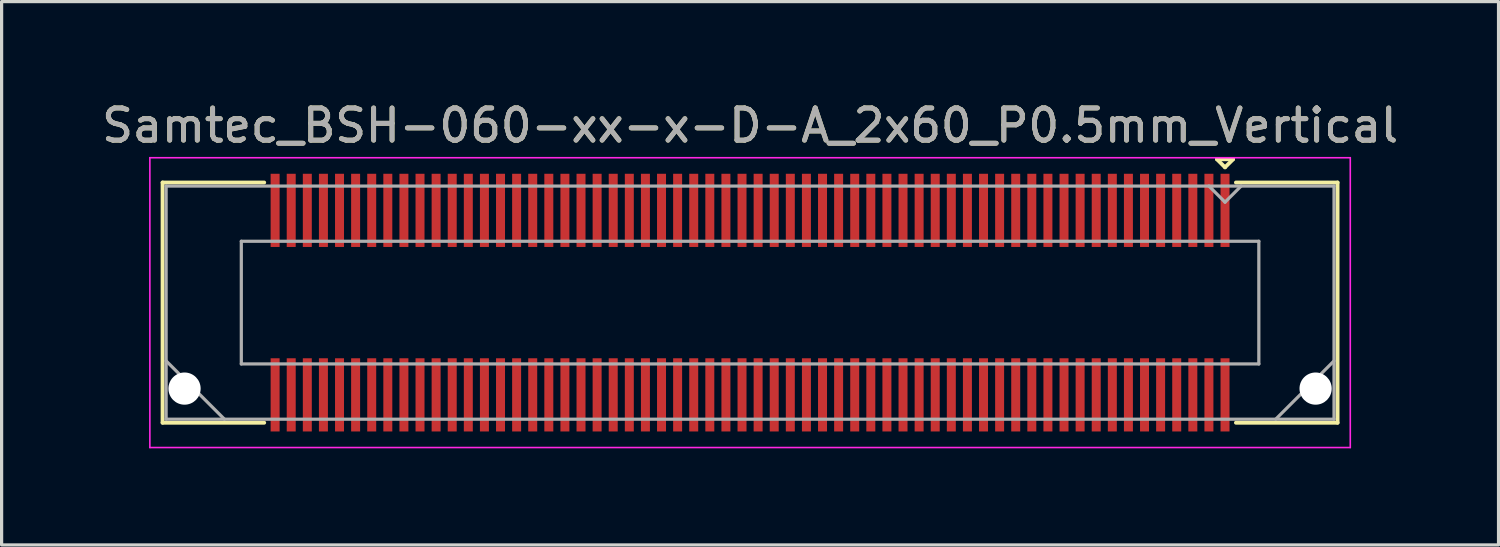
<source format=kicad_pcb>
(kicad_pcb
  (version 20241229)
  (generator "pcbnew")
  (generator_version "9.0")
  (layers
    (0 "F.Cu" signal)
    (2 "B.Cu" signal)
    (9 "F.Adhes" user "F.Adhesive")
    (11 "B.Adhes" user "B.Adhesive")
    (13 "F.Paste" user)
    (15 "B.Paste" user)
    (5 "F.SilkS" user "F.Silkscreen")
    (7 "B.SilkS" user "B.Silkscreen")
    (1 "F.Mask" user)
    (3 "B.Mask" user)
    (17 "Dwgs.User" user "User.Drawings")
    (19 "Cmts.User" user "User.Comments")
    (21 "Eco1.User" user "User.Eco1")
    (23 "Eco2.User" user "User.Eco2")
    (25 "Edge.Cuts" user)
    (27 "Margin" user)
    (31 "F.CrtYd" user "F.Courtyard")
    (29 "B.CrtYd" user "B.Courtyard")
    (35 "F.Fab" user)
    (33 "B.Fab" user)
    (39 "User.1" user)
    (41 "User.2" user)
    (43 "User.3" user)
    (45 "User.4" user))
  (footprint "Samtec_BSH-060-xx-x-D-A_2x60_P0.5mm_Vertical"
    (layer "F.Cu")
    (at 20.244 6.348)
    (property "Reference" "Samtec_BSH-060-xx-x-D-A_2x60_P0.5mm_Vertical" (at 0 -5.5 0) (layer "F.SilkS") (effects (font (size 1 1) (thickness 0.15))))
    (attr smd)
    (fp_line (start -18.245 -3.73) (end -15.089 -3.73) (stroke (width 0.12) (type solid)) (layer "F.SilkS"))
    (fp_line (start -18.245 3.73) (end -18.245 -3.73) (stroke (width 0.12) (type solid)) (layer "F.SilkS"))
    (fp_line (start -15.089 3.73) (end -18.245 3.73) (stroke (width 0.12) (type solid)) (layer "F.SilkS"))
    (fp_line (start 14.5 -4.452) (end 15 -4.452) (stroke (width 0.12) (type solid)) (layer "F.SilkS"))
    (fp_line (start 14.75 -4.202) (end 14.5 -4.452) (stroke (width 0.12) (type solid)) (layer "F.SilkS"))
    (fp_line (start 15 -4.452) (end 14.75 -4.202) (stroke (width 0.12) (type solid)) (layer "F.SilkS"))
    (fp_line (start 15.089 3.73) (end 18.245 3.73) (stroke (width 0.12) (type solid)) (layer "F.SilkS"))
    (fp_line (start 18.245 -3.73) (end 15.089 -3.73) (stroke (width 0.12) (type solid)) (layer "F.SilkS"))
    (fp_line (start 18.245 3.73) (end 18.245 -3.73) (stroke (width 0.12) (type solid)) (layer "F.SilkS"))
    (fp_line (start -18.64 -4.5) (end -18.64 4.5) (stroke (width 0.05) (type solid)) (layer "F.CrtYd"))
    (fp_line (start -18.64 4.5) (end 18.64 4.5) (stroke (width 0.05) (type solid)) (layer "F.CrtYd"))
    (fp_line (start 18.64 -4.5) (end -18.64 -4.5) (stroke (width 0.05) (type solid)) (layer "F.CrtYd"))
    (fp_line (start 18.64 4.5) (end 18.64 -4.5) (stroke (width 0.05) (type solid)) (layer "F.CrtYd"))
    (fp_line (start -18.135 -3.62) (end -18.135 3.62) (stroke (width 0.1) (type solid)) (layer "F.Fab"))
    (fp_line (start -18.135 1.81) (end -16.325 3.62) (stroke (width 0.1) (type solid)) (layer "F.Fab"))
    (fp_line (start -18.135 3.62) (end 18.135 3.62) (stroke (width 0.1) (type solid)) (layer "F.Fab"))
    (fp_line (start -15.8 -1.905) (end -15.8 1.905) (stroke (width 0.1) (type solid)) (layer "F.Fab"))
    (fp_line (start -15.8 1.905) (end 15.8 1.905) (stroke (width 0.1) (type solid)) (layer "F.Fab"))
    (fp_line (start 14.75 -3.12) (end 14.25 -3.62) (stroke (width 0.1) (type solid)) (layer "F.Fab"))
    (fp_line (start 15.25 -3.62) (end 14.75 -3.12) (stroke (width 0.1) (type solid)) (layer "F.Fab"))
    (fp_line (start 15.8 -1.905) (end -15.8 -1.905) (stroke (width 0.1) (type solid)) (layer "F.Fab"))
    (fp_line (start 15.8 1.905) (end 15.8 -1.905) (stroke (width 0.1) (type solid)) (layer "F.Fab"))
    (fp_line (start 18.135 -3.62) (end -18.135 -3.62) (stroke (width 0.1) (type solid)) (layer "F.Fab"))
    (fp_line (start 18.135 1.81) (end 16.325 3.62) (stroke (width 0.1) (type solid)) (layer "F.Fab"))
    (fp_line (start 18.135 3.62) (end 18.135 -3.62) (stroke (width 0.1) (type solid)) (layer "F.Fab"))
    (fp_text user "${REFERENCE}" (at 0 -5.5 0) (layer "F.Fab") (effects (font (size 1 1) (thickness 0.15))))
    (pad "" np_thru_hole circle (at -17.563 2.67) (size 1 1) (drill 1) (layers "*.Cu" "*.Mask"))
    (pad "" np_thru_hole circle (at 17.563 2.67) (size 1 1) (drill 1) (layers "*.Cu" "*.Mask"))
    (pad "1" smd rect (at 14.75 -2.865) (size 0.279 2.273) (layers "F.Cu" "F.Mask" "F.Paste"))
    (pad "2" smd rect (at 14.75 2.865) (size 0.279 2.273) (layers "F.Cu" "F.Mask" "F.Paste"))
    (pad "3" smd rect (at 14.25 -2.865) (size 0.279 2.273) (layers "F.Cu" "F.Mask" "F.Paste"))
    (pad "4" smd rect (at 14.25 2.865) (size 0.279 2.273) (layers "F.Cu" "F.Mask" "F.Paste"))
    (pad "5" smd rect (at 13.75 -2.865) (size 0.279 2.273) (layers "F.Cu" "F.Mask" "F.Paste"))
    (pad "6" smd rect (at 13.75 2.865) (size 0.279 2.273) (layers "F.Cu" "F.Mask" "F.Paste"))
    (pad "7" smd rect (at 13.25 -2.865) (size 0.279 2.273) (layers "F.Cu" "F.Mask" "F.Paste"))
    (pad "8" smd rect (at 13.25 2.865) (size 0.279 2.273) (layers "F.Cu" "F.Mask" "F.Paste"))
    (pad "9" smd rect (at 12.75 -2.865) (size 0.279 2.273) (layers "F.Cu" "F.Mask" "F.Paste"))
    (pad "10" smd rect (at 12.75 2.865) (size 0.279 2.273) (layers "F.Cu" "F.Mask" "F.Paste"))
    (pad "11" smd rect (at 12.25 -2.865) (size 0.279 2.273) (layers "F.Cu" "F.Mask" "F.Paste"))
    (pad "12" smd rect (at 12.25 2.865) (size 0.279 2.273) (layers "F.Cu" "F.Mask" "F.Paste"))
    (pad "13" smd rect (at 11.75 -2.865) (size 0.279 2.273) (layers "F.Cu" "F.Mask" "F.Paste"))
    (pad "14" smd rect (at 11.75 2.865) (size 0.279 2.273) (layers "F.Cu" "F.Mask" "F.Paste"))
    (pad "15" smd rect (at 11.25 -2.865) (size 0.279 2.273) (layers "F.Cu" "F.Mask" "F.Paste"))
    (pad "16" smd rect (at 11.25 2.865) (size 0.279 2.273) (layers "F.Cu" "F.Mask" "F.Paste"))
    (pad "17" smd rect (at 10.75 -2.865) (size 0.279 2.273) (layers "F.Cu" "F.Mask" "F.Paste"))
    (pad "18" smd rect (at 10.75 2.865) (size 0.279 2.273) (layers "F.Cu" "F.Mask" "F.Paste"))
    (pad "19" smd rect (at 10.25 -2.865) (size 0.279 2.273) (layers "F.Cu" "F.Mask" "F.Paste"))
    (pad "20" smd rect (at 10.25 2.865) (size 0.279 2.273) (layers "F.Cu" "F.Mask" "F.Paste"))
    (pad "21" smd rect (at 9.75 -2.865) (size 0.279 2.273) (layers "F.Cu" "F.Mask" "F.Paste"))
    (pad "22" smd rect (at 9.75 2.865) (size 0.279 2.273) (layers "F.Cu" "F.Mask" "F.Paste"))
    (pad "23" smd rect (at 9.25 -2.865) (size 0.279 2.273) (layers "F.Cu" "F.Mask" "F.Paste"))
    (pad "24" smd rect (at 9.25 2.865) (size 0.279 2.273) (layers "F.Cu" "F.Mask" "F.Paste"))
    (pad "25" smd rect (at 8.75 -2.865) (size 0.279 2.273) (layers "F.Cu" "F.Mask" "F.Paste"))
    (pad "26" smd rect (at 8.75 2.865) (size 0.279 2.273) (layers "F.Cu" "F.Mask" "F.Paste"))
    (pad "27" smd rect (at 8.25 -2.865) (size 0.279 2.273) (layers "F.Cu" "F.Mask" "F.Paste"))
    (pad "28" smd rect (at 8.25 2.865) (size 0.279 2.273) (layers "F.Cu" "F.Mask" "F.Paste"))
    (pad "29" smd rect (at 7.75 -2.865) (size 0.279 2.273) (layers "F.Cu" "F.Mask" "F.Paste"))
    (pad "30" smd rect (at 7.75 2.865) (size 0.279 2.273) (layers "F.Cu" "F.Mask" "F.Paste"))
    (pad "31" smd rect (at 7.25 -2.865) (size 0.279 2.273) (layers "F.Cu" "F.Mask" "F.Paste"))
    (pad "32" smd rect (at 7.25 2.865) (size 0.279 2.273) (layers "F.Cu" "F.Mask" "F.Paste"))
    (pad "33" smd rect (at 6.75 -2.865) (size 0.279 2.273) (layers "F.Cu" "F.Mask" "F.Paste"))
    (pad "34" smd rect (at 6.75 2.865) (size 0.279 2.273) (layers "F.Cu" "F.Mask" "F.Paste"))
    (pad "35" smd rect (at 6.25 -2.865) (size 0.279 2.273) (layers "F.Cu" "F.Mask" "F.Paste"))
    (pad "36" smd rect (at 6.25 2.865) (size 0.279 2.273) (layers "F.Cu" "F.Mask" "F.Paste"))
    (pad "37" smd rect (at 5.75 -2.865) (size 0.279 2.273) (layers "F.Cu" "F.Mask" "F.Paste"))
    (pad "38" smd rect (at 5.75 2.865) (size 0.279 2.273) (layers "F.Cu" "F.Mask" "F.Paste"))
    (pad "39" smd rect (at 5.25 -2.865) (size 0.279 2.273) (layers "F.Cu" "F.Mask" "F.Paste"))
    (pad "40" smd rect (at 5.25 2.865) (size 0.279 2.273) (layers "F.Cu" "F.Mask" "F.Paste"))
    (pad "41" smd rect (at 4.75 -2.865) (size 0.279 2.273) (layers "F.Cu" "F.Mask" "F.Paste"))
    (pad "42" smd rect (at 4.75 2.865) (size 0.279 2.273) (layers "F.Cu" "F.Mask" "F.Paste"))
    (pad "43" smd rect (at 4.25 -2.865) (size 0.279 2.273) (layers "F.Cu" "F.Mask" "F.Paste"))
    (pad "44" smd rect (at 4.25 2.865) (size 0.279 2.273) (layers "F.Cu" "F.Mask" "F.Paste"))
    (pad "45" smd rect (at 3.75 -2.865) (size 0.279 2.273) (layers "F.Cu" "F.Mask" "F.Paste"))
    (pad "46" smd rect (at 3.75 2.865) (size 0.279 2.273) (layers "F.Cu" "F.Mask" "F.Paste"))
    (pad "47" smd rect (at 3.25 -2.865) (size 0.279 2.273) (layers "F.Cu" "F.Mask" "F.Paste"))
    (pad "48" smd rect (at 3.25 2.865) (size 0.279 2.273) (layers "F.Cu" "F.Mask" "F.Paste"))
    (pad "49" smd rect (at 2.75 -2.865) (size 0.279 2.273) (layers "F.Cu" "F.Mask" "F.Paste"))
    (pad "50" smd rect (at 2.75 2.865) (size 0.279 2.273) (layers "F.Cu" "F.Mask" "F.Paste"))
    (pad "51" smd rect (at 2.25 -2.865) (size 0.279 2.273) (layers "F.Cu" "F.Mask" "F.Paste"))
    (pad "52" smd rect (at 2.25 2.865) (size 0.279 2.273) (layers "F.Cu" "F.Mask" "F.Paste"))
    (pad "53" smd rect (at 1.75 -2.865) (size 0.279 2.273) (layers "F.Cu" "F.Mask" "F.Paste"))
    (pad "54" smd rect (at 1.75 2.865) (size 0.279 2.273) (layers "F.Cu" "F.Mask" "F.Paste"))
    (pad "55" smd rect (at 1.25 -2.865) (size 0.279 2.273) (layers "F.Cu" "F.Mask" "F.Paste"))
    (pad "56" smd rect (at 1.25 2.865) (size 0.279 2.273) (layers "F.Cu" "F.Mask" "F.Paste"))
    (pad "57" smd rect (at 0.75 -2.865) (size 0.279 2.273) (layers "F.Cu" "F.Mask" "F.Paste"))
    (pad "58" smd rect (at 0.75 2.865) (size 0.279 2.273) (layers "F.Cu" "F.Mask" "F.Paste"))
    (pad "59" smd rect (at 0.25 -2.865) (size 0.279 2.273) (layers "F.Cu" "F.Mask" "F.Paste"))
    (pad "60" smd rect (at 0.25 2.865) (size 0.279 2.273) (layers "F.Cu" "F.Mask" "F.Paste"))
    (pad "61" smd rect (at -0.25 -2.865) (size 0.279 2.273) (layers "F.Cu" "F.Mask" "F.Paste"))
    (pad "62" smd rect (at -0.25 2.865) (size 0.279 2.273) (layers "F.Cu" "F.Mask" "F.Paste"))
    (pad "63" smd rect (at -0.75 -2.865) (size 0.279 2.273) (layers "F.Cu" "F.Mask" "F.Paste"))
    (pad "64" smd rect (at -0.75 2.865) (size 0.279 2.273) (layers "F.Cu" "F.Mask" "F.Paste"))
    (pad "65" smd rect (at -1.25 -2.865) (size 0.279 2.273) (layers "F.Cu" "F.Mask" "F.Paste"))
    (pad "66" smd rect (at -1.25 2.865) (size 0.279 2.273) (layers "F.Cu" "F.Mask" "F.Paste"))
    (pad "67" smd rect (at -1.75 -2.865) (size 0.279 2.273) (layers "F.Cu" "F.Mask" "F.Paste"))
    (pad "68" smd rect (at -1.75 2.865) (size 0.279 2.273) (layers "F.Cu" "F.Mask" "F.Paste"))
    (pad "69" smd rect (at -2.25 -2.865) (size 0.279 2.273) (layers "F.Cu" "F.Mask" "F.Paste"))
    (pad "70" smd rect (at -2.25 2.865) (size 0.279 2.273) (layers "F.Cu" "F.Mask" "F.Paste"))
    (pad "71" smd rect (at -2.75 -2.865) (size 0.279 2.273) (layers "F.Cu" "F.Mask" "F.Paste"))
    (pad "72" smd rect (at -2.75 2.865) (size 0.279 2.273) (layers "F.Cu" "F.Mask" "F.Paste"))
    (pad "73" smd rect (at -3.25 -2.865) (size 0.279 2.273) (layers "F.Cu" "F.Mask" "F.Paste"))
    (pad "74" smd rect (at -3.25 2.865) (size 0.279 2.273) (layers "F.Cu" "F.Mask" "F.Paste"))
    (pad "75" smd rect (at -3.75 -2.865) (size 0.279 2.273) (layers "F.Cu" "F.Mask" "F.Paste"))
    (pad "76" smd rect (at -3.75 2.865) (size 0.279 2.273) (layers "F.Cu" "F.Mask" "F.Paste"))
    (pad "77" smd rect (at -4.25 -2.865) (size 0.279 2.273) (layers "F.Cu" "F.Mask" "F.Paste"))
    (pad "78" smd rect (at -4.25 2.865) (size 0.279 2.273) (layers "F.Cu" "F.Mask" "F.Paste"))
    (pad "79" smd rect (at -4.75 -2.865) (size 0.279 2.273) (layers "F.Cu" "F.Mask" "F.Paste"))
    (pad "80" smd rect (at -4.75 2.865) (size 0.279 2.273) (layers "F.Cu" "F.Mask" "F.Paste"))
    (pad "81" smd rect (at -5.25 -2.865) (size 0.279 2.273) (layers "F.Cu" "F.Mask" "F.Paste"))
    (pad "82" smd rect (at -5.25 2.865) (size 0.279 2.273) (layers "F.Cu" "F.Mask" "F.Paste"))
    (pad "83" smd rect (at -5.75 -2.865) (size 0.279 2.273) (layers "F.Cu" "F.Mask" "F.Paste"))
    (pad "84" smd rect (at -5.75 2.865) (size 0.279 2.273) (layers "F.Cu" "F.Mask" "F.Paste"))
    (pad "85" smd rect (at -6.25 -2.865) (size 0.279 2.273) (layers "F.Cu" "F.Mask" "F.Paste"))
    (pad "86" smd rect (at -6.25 2.865) (size 0.279 2.273) (layers "F.Cu" "F.Mask" "F.Paste"))
    (pad "87" smd rect (at -6.75 -2.865) (size 0.279 2.273) (layers "F.Cu" "F.Mask" "F.Paste"))
    (pad "88" smd rect (at -6.75 2.865) (size 0.279 2.273) (layers "F.Cu" "F.Mask" "F.Paste"))
    (pad "89" smd rect (at -7.25 -2.865) (size 0.279 2.273) (layers "F.Cu" "F.Mask" "F.Paste"))
    (pad "90" smd rect (at -7.25 2.865) (size 0.279 2.273) (layers "F.Cu" "F.Mask" "F.Paste"))
    (pad "91" smd rect (at -7.75 -2.865) (size 0.279 2.273) (layers "F.Cu" "F.Mask" "F.Paste"))
    (pad "92" smd rect (at -7.75 2.865) (size 0.279 2.273) (layers "F.Cu" "F.Mask" "F.Paste"))
    (pad "93" smd rect (at -8.25 -2.865) (size 0.279 2.273) (layers "F.Cu" "F.Mask" "F.Paste"))
    (pad "94" smd rect (at -8.25 2.865) (size 0.279 2.273) (layers "F.Cu" "F.Mask" "F.Paste"))
    (pad "95" smd rect (at -8.75 -2.865) (size 0.279 2.273) (layers "F.Cu" "F.Mask" "F.Paste"))
    (pad "96" smd rect (at -8.75 2.865) (size 0.279 2.273) (layers "F.Cu" "F.Mask" "F.Paste"))
    (pad "97" smd rect (at -9.25 -2.865) (size 0.279 2.273) (layers "F.Cu" "F.Mask" "F.Paste"))
    (pad "98" smd rect (at -9.25 2.865) (size 0.279 2.273) (layers "F.Cu" "F.Mask" "F.Paste"))
    (pad "99" smd rect (at -9.75 -2.865) (size 0.279 2.273) (layers "F.Cu" "F.Mask" "F.Paste"))
    (pad "100" smd rect (at -9.75 2.865) (size 0.279 2.273) (layers "F.Cu" "F.Mask" "F.Paste"))
    (pad "101" smd rect (at -10.25 -2.865) (size 0.279 2.273) (layers "F.Cu" "F.Mask" "F.Paste"))
    (pad "102" smd rect (at -10.25 2.865) (size 0.279 2.273) (layers "F.Cu" "F.Mask" "F.Paste"))
    (pad "103" smd rect (at -10.75 -2.865) (size 0.279 2.273) (layers "F.Cu" "F.Mask" "F.Paste"))
    (pad "104" smd rect (at -10.75 2.865) (size 0.279 2.273) (layers "F.Cu" "F.Mask" "F.Paste"))
    (pad "105" smd rect (at -11.25 -2.865) (size 0.279 2.273) (layers "F.Cu" "F.Mask" "F.Paste"))
    (pad "106" smd rect (at -11.25 2.865) (size 0.279 2.273) (layers "F.Cu" "F.Mask" "F.Paste"))
    (pad "107" smd rect (at -11.75 -2.865) (size 0.279 2.273) (layers "F.Cu" "F.Mask" "F.Paste"))
    (pad "108" smd rect (at -11.75 2.865) (size 0.279 2.273) (layers "F.Cu" "F.Mask" "F.Paste"))
    (pad "109" smd rect (at -12.25 -2.865) (size 0.279 2.273) (layers "F.Cu" "F.Mask" "F.Paste"))
    (pad "110" smd rect (at -12.25 2.865) (size 0.279 2.273) (layers "F.Cu" "F.Mask" "F.Paste"))
    (pad "111" smd rect (at -12.75 -2.865) (size 0.279 2.273) (layers "F.Cu" "F.Mask" "F.Paste"))
    (pad "112" smd rect (at -12.75 2.865) (size 0.279 2.273) (layers "F.Cu" "F.Mask" "F.Paste"))
    (pad "113" smd rect (at -13.25 -2.865) (size 0.279 2.273) (layers "F.Cu" "F.Mask" "F.Paste"))
    (pad "114" smd rect (at -13.25 2.865) (size 0.279 2.273) (layers "F.Cu" "F.Mask" "F.Paste"))
    (pad "115" smd rect (at -13.75 -2.865) (size 0.279 2.273) (layers "F.Cu" "F.Mask" "F.Paste"))
    (pad "116" smd rect (at -13.75 2.865) (size 0.279 2.273) (layers "F.Cu" "F.Mask" "F.Paste"))
    (pad "117" smd rect (at -14.25 -2.865) (size 0.279 2.273) (layers "F.Cu" "F.Mask" "F.Paste"))
    (pad "118" smd rect (at -14.25 2.865) (size 0.279 2.273) (layers "F.Cu" "F.Mask" "F.Paste"))
    (pad "119" smd rect (at -14.75 -2.865) (size 0.279 2.273) (layers "F.Cu" "F.Mask" "F.Paste"))
    (pad "120" smd rect (at -14.75 2.865) (size 0.279 2.273) (layers "F.Cu" "F.Mask" "F.Paste")))
  (gr_rect
    (start -3 -3)
    (end 43.488 13.873)
    (stroke (width 0.1) (type default))
    (fill no)
    (layer "Edge.Cuts")))
</source>
